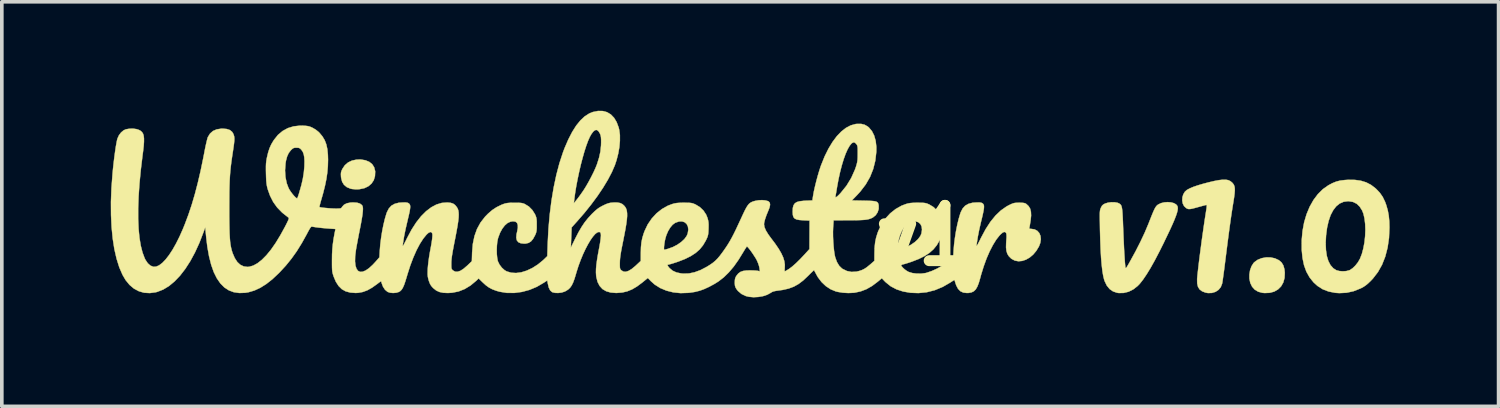
<source format=kicad_pcb>
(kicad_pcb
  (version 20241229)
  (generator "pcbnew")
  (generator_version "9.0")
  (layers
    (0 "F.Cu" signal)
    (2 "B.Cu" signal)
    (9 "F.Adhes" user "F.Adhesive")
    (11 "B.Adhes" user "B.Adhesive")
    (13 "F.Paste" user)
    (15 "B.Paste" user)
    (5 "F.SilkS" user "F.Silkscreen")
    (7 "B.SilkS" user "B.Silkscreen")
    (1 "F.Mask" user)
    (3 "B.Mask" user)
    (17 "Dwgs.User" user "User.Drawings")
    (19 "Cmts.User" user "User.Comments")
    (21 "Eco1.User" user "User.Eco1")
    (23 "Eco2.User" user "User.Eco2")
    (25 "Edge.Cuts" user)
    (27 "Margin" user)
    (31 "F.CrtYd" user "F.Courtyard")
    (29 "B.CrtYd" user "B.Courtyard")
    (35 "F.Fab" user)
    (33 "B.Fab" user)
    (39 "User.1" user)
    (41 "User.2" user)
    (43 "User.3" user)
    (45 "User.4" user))
  (footprint "v1"
    (layer "F.Cu")
    (at 22.388 3.438)
    (property "Reference" "v1" (at 0 0 0) (layer "F.SilkS") (effects (font (size 1.524 1.524) (thickness 0.3))))
    (attr through_hole)
    (fp_poly (pts (xy 9.545 0.6) (xy 9.665 0.625) (xy 9.772 0.675) (xy 9.774 0.676) (xy 9.847 0.738) (xy 9.897 0.82) (xy 9.927 0.925) (xy 9.937 1.02) (xy 9.93 1.164) (xy 9.895 1.29) (xy 9.835 1.396) (xy 9.751 1.48) (xy 9.647 1.54) (xy 9.523 1.574) (xy 9.383 1.58) (xy 9.318 1.574) (xy 9.204 1.543) (xy 9.109 1.486) (xy 9.037 1.405) (xy 8.987 1.302) (xy 8.962 1.181) (xy 8.962 1.07) (xy 8.981 0.952) (xy 9.02 0.844) (xy 9.075 0.756) (xy 9.099 0.731) (xy 9.19 0.665) (xy 9.3 0.621) (xy 9.421 0.599) (xy 9.545 0.6)) (stroke (width 0.01) (type solid)) (fill yes) (layer "F.SilkS"))
    (fp_poly (pts (xy -15.377 -2.075) (xy -15.272 -2.032) (xy -15.191 -1.968) (xy -15.137 -1.883) (xy -15.11 -1.781) (xy -15.108 -1.763) (xy -15.114 -1.637) (xy -15.148 -1.526) (xy -15.21 -1.433) (xy -15.297 -1.359) (xy -15.406 -1.307) (xy -15.536 -1.28) (xy -15.574 -1.277) (xy -15.663 -1.277) (xy -15.743 -1.284) (xy -15.783 -1.292) (xy -15.888 -1.335) (xy -15.965 -1.398) (xy -16.017 -1.482) (xy -16.045 -1.589) (xy -16.049 -1.627) (xy -16.052 -1.695) (xy -16.047 -1.747) (xy -16.03 -1.796) (xy -16.011 -1.837) (xy -15.944 -1.937) (xy -15.854 -2.015) (xy -15.744 -2.067) (xy -15.616 -2.094) (xy -15.504 -2.096) (xy -15.377 -2.075)) (stroke (width 0.01) (type solid)) (fill yes) (layer "F.SilkS"))
    (fp_poly (pts (xy 8.313 -1.54) (xy 8.382 -1.527) (xy 8.439 -1.5) (xy 8.487 -1.461) (xy 8.506 -1.44) (xy 8.532 -1.404) (xy 8.549 -1.363) (xy 8.559 -1.313) (xy 8.561 -1.248) (xy 8.555 -1.165) (xy 8.542 -1.059) (xy 8.521 -0.924) (xy 8.52 -0.919) (xy 8.498 -0.785) (xy 8.477 -0.65) (xy 8.456 -0.509) (xy 8.435 -0.359) (xy 8.412 -0.194) (xy 8.388 -0.012) (xy 8.361 0.192) (xy 8.332 0.422) (xy 8.306 0.627) (xy 8.288 0.771) (xy 8.271 0.908) (xy 8.254 1.032) (xy 8.239 1.141) (xy 8.227 1.228) (xy 8.217 1.291) (xy 8.211 1.322) (xy 8.174 1.417) (xy 8.111 1.493) (xy 8.029 1.547) (xy 7.931 1.577) (xy 7.824 1.581) (xy 7.754 1.568) (xy 7.66 1.532) (xy 7.591 1.48) (xy 7.547 1.409) (xy 7.525 1.315) (xy 7.523 1.196) (xy 7.524 1.181) (xy 7.532 1.092) (xy 7.545 0.975) (xy 7.561 0.835) (xy 7.58 0.676) (xy 7.602 0.504) (xy 7.626 0.323) (xy 7.65 0.139) (xy 7.676 -0.044) (xy 7.701 -0.221) (xy 7.725 -0.386) (xy 7.748 -0.534) (xy 7.768 -0.661) (xy 7.769 -0.67) (xy 7.783 -0.758) (xy 7.788 -0.817) (xy 7.785 -0.844) (xy 7.782 -0.846) (xy 7.759 -0.842) (xy 7.711 -0.83) (xy 7.644 -0.812) (xy 7.565 -0.79) (xy 7.553 -0.787) (xy 7.455 -0.76) (xy 7.383 -0.742) (xy 7.331 -0.733) (xy 7.293 -0.732) (xy 7.263 -0.738) (xy 7.234 -0.752) (xy 7.221 -0.76) (xy 7.164 -0.813) (xy 7.128 -0.885) (xy 7.113 -0.968) (xy 7.118 -1.055) (xy 7.143 -1.138) (xy 7.187 -1.21) (xy 7.242 -1.258) (xy 7.319 -1.3) (xy 7.418 -1.342) (xy 7.54 -1.384) (xy 7.689 -1.428) (xy 7.838 -1.467) (xy 7.994 -1.504) (xy 8.123 -1.528) (xy 8.228 -1.54) (xy 8.313 -1.54)) (stroke (width 0.01) (type solid)) (fill yes) (layer "F.SilkS"))
    (fp_poly (pts (xy 11.866 -1.535) (xy 12.03 -1.512) (xy 12.177 -1.467) (xy 12.31 -1.398) (xy 12.434 -1.303) (xy 12.456 -1.283) (xy 12.555 -1.178) (xy 12.634 -1.064) (xy 12.698 -0.931) (xy 12.732 -0.837) (xy 12.772 -0.696) (xy 12.799 -0.551) (xy 12.814 -0.394) (xy 12.818 -0.223) (xy 12.806 0.063) (xy 12.767 0.33) (xy 12.703 0.576) (xy 12.615 0.8) (xy 12.501 1.003) (xy 12.363 1.182) (xy 12.311 1.237) (xy 12.235 1.311) (xy 12.17 1.365) (xy 12.106 1.409) (xy 12.032 1.449) (xy 12.023 1.453) (xy 11.832 1.529) (xy 11.638 1.572) (xy 11.438 1.582) (xy 11.324 1.574) (xy 11.143 1.538) (xy 10.981 1.476) (xy 10.837 1.384) (xy 10.727 1.284) (xy 10.618 1.147) (xy 10.531 0.991) (xy 10.467 0.815) (xy 10.425 0.616) (xy 10.403 0.391) (xy 10.403 0.381) (xy 10.403 0.207) (xy 11.062 0.207) (xy 11.07 0.395) (xy 11.094 0.56) (xy 11.136 0.699) (xy 11.195 0.812) (xy 11.271 0.898) (xy 11.354 0.951) (xy 11.435 0.974) (xy 11.531 0.982) (xy 11.628 0.976) (xy 11.713 0.954) (xy 11.728 0.948) (xy 11.804 0.897) (xy 11.881 0.823) (xy 11.951 0.734) (xy 12.006 0.639) (xy 12.006 0.639) (xy 12.059 0.504) (xy 12.1 0.35) (xy 12.131 0.184) (xy 12.149 0.013) (xy 12.156 -0.158) (xy 12.15 -0.322) (xy 12.132 -0.472) (xy 12.102 -0.603) (xy 12.066 -0.694) (xy 11.997 -0.802) (xy 11.914 -0.88) (xy 11.816 -0.928) (xy 11.701 -0.947) (xy 11.675 -0.948) (xy 11.556 -0.932) (xy 11.448 -0.885) (xy 11.353 -0.808) (xy 11.27 -0.701) (xy 11.199 -0.566) (xy 11.143 -0.403) (xy 11.1 -0.214) (xy 11.073 -0.005) (xy 11.062 0.207) (xy 10.403 0.207) (xy 10.403 0.121) (xy 10.426 -0.129) (xy 10.47 -0.367) (xy 10.536 -0.589) (xy 10.622 -0.795) (xy 10.726 -0.98) (xy 10.847 -1.142) (xy 10.985 -1.279) (xy 11.135 -1.385) (xy 11.248 -1.445) (xy 11.354 -1.488) (xy 11.464 -1.516) (xy 11.59 -1.531) (xy 11.678 -1.537) (xy 11.866 -1.535)) (stroke (width 0.01) (type solid)) (fill yes) (layer "F.SilkS"))
    (fp_poly (pts (xy 6.801 -0.916) (xy 6.882 -0.895) (xy 6.944 -0.86) (xy 6.976 -0.822) (xy 6.988 -0.789) (xy 6.991 -0.748) (xy 6.985 -0.696) (xy 6.969 -0.631) (xy 6.942 -0.55) (xy 6.904 -0.451) (xy 6.853 -0.331) (xy 6.788 -0.188) (xy 6.709 -0.021) (xy 6.615 0.174) (xy 6.614 0.178) (xy 6.481 0.444) (xy 6.357 0.681) (xy 6.241 0.888) (xy 6.134 1.063) (xy 6.036 1.208) (xy 5.947 1.321) (xy 5.886 1.385) (xy 5.767 1.478) (xy 5.638 1.543) (xy 5.503 1.577) (xy 5.368 1.58) (xy 5.32 1.573) (xy 5.208 1.535) (xy 5.113 1.469) (xy 5.036 1.374) (xy 4.977 1.252) (xy 4.963 1.211) (xy 4.938 1.108) (xy 4.915 0.974) (xy 4.896 0.808) (xy 4.879 0.611) (xy 4.866 0.38) (xy 4.856 0.117) (xy 4.848 -0.17) (xy 4.846 -0.316) (xy 4.844 -0.433) (xy 4.843 -0.524) (xy 4.843 -0.593) (xy 4.845 -0.645) (xy 4.849 -0.684) (xy 4.854 -0.714) (xy 4.862 -0.738) (xy 4.871 -0.762) (xy 4.874 -0.767) (xy 4.903 -0.822) (xy 4.938 -0.856) (xy 4.99 -0.884) (xy 5.069 -0.908) (xy 5.159 -0.92) (xy 5.25 -0.919) (xy 5.328 -0.906) (xy 5.363 -0.892) (xy 5.39 -0.877) (xy 5.411 -0.86) (xy 5.429 -0.837) (xy 5.442 -0.805) (xy 5.453 -0.761) (xy 5.461 -0.7) (xy 5.468 -0.619) (xy 5.474 -0.515) (xy 5.48 -0.384) (xy 5.485 -0.246) (xy 5.493 -0.049) (xy 5.501 0.137) (xy 5.509 0.311) (xy 5.517 0.468) (xy 5.526 0.605) (xy 5.533 0.718) (xy 5.541 0.805) (xy 5.547 0.861) (xy 5.548 0.862) (xy 5.552 0.884) (xy 5.558 0.893) (xy 5.569 0.888) (xy 5.587 0.863) (xy 5.615 0.817) (xy 5.656 0.746) (xy 5.676 0.71) (xy 5.825 0.438) (xy 5.961 0.171) (xy 6.081 -0.084) (xy 6.181 -0.321) (xy 6.188 -0.339) (xy 6.241 -0.474) (xy 6.284 -0.582) (xy 6.319 -0.665) (xy 6.348 -0.728) (xy 6.373 -0.774) (xy 6.396 -0.807) (xy 6.418 -0.832) (xy 6.442 -0.851) (xy 6.449 -0.856) (xy 6.527 -0.894) (xy 6.617 -0.916) (xy 6.711 -0.923) (xy 6.801 -0.916)) (stroke (width 0.01) (type solid)) (fill yes) (layer "F.SilkS"))
    (fp_poly (pts (xy -8.841 -3.431) (xy -8.724 -3.399) (xy -8.62 -3.337) (xy -8.531 -3.245) (xy -8.46 -3.126) (xy -8.405 -2.98) (xy -8.388 -2.91) (xy -8.37 -2.771) (xy -8.37 -2.611) (xy -8.385 -2.437) (xy -8.417 -2.257) (xy -8.463 -2.077) (xy -8.509 -1.939) (xy -8.592 -1.748) (xy -8.701 -1.54) (xy -8.833 -1.321) (xy -8.987 -1.092) (xy -9.161 -0.857) (xy -9.351 -0.62) (xy -9.545 -0.397) (xy -9.699 -0.226) (xy -9.721 0.33) (xy -9.602 0.086) (xy -9.512 -0.089) (xy -9.426 -0.237) (xy -9.339 -0.367) (xy -9.246 -0.483) (xy -9.144 -0.594) (xy -9.136 -0.602) (xy -9.06 -0.675) (xy -8.996 -0.73) (xy -8.934 -0.774) (xy -8.864 -0.813) (xy -8.833 -0.829) (xy -8.755 -0.866) (xy -8.693 -0.889) (xy -8.636 -0.903) (xy -8.571 -0.91) (xy -8.551 -0.911) (xy -8.446 -0.912) (xy -8.365 -0.898) (xy -8.301 -0.868) (xy -8.249 -0.821) (xy -8.218 -0.781) (xy -8.195 -0.736) (xy -8.18 -0.683) (xy -8.172 -0.618) (xy -8.171 -0.539) (xy -8.179 -0.442) (xy -8.194 -0.325) (xy -8.217 -0.184) (xy -8.249 -0.017) (xy -8.284 0.161) (xy -8.314 0.31) (xy -8.337 0.431) (xy -8.353 0.53) (xy -8.364 0.612) (xy -8.37 0.684) (xy -8.372 0.75) (xy -8.372 0.751) (xy -8.372 0.827) (xy -8.37 0.878) (xy -8.364 0.91) (xy -8.352 0.933) (xy -8.333 0.952) (xy -8.326 0.958) (xy -8.271 0.99) (xy -8.208 0.995) (xy -8.135 0.972) (xy -8.05 0.922) (xy -7.952 0.842) (xy -7.919 0.812) (xy -7.795 0.696) (xy -7.794 0.471) (xy -7.791 0.347) (xy -7.157 0.347) (xy -7.155 0.381) (xy -7.15 0.389) (xy -7.127 0.385) (xy -7.082 0.373) (xy -7.043 0.362) (xy -6.911 0.314) (xy -6.789 0.251) (xy -6.682 0.176) (xy -6.594 0.095) (xy -6.532 0.01) (xy -6.503 -0.058) (xy -6.486 -0.163) (xy -6.497 -0.251) (xy -6.532 -0.321) (xy -6.587 -0.369) (xy -6.659 -0.393) (xy -6.746 -0.389) (xy -6.843 -0.355) (xy -6.852 -0.35) (xy -6.919 -0.3) (xy -6.984 -0.223) (xy -7.043 -0.125) (xy -7.091 -0.014) (xy -7.119 0.08) (xy -7.134 0.151) (xy -7.146 0.224) (xy -7.154 0.292) (xy -7.157 0.347) (xy -7.791 0.347) (xy -7.79 0.318) (xy -7.777 0.187) (xy -7.753 0.066) (xy -7.716 -0.057) (xy -7.69 -0.127) (xy -7.604 -0.308) (xy -7.493 -0.471) (xy -7.362 -0.614) (xy -7.213 -0.732) (xy -7.05 -0.824) (xy -6.934 -0.868) (xy -6.872 -0.886) (xy -6.811 -0.897) (xy -6.74 -0.903) (xy -6.649 -0.906) (xy -6.604 -0.906) (xy -6.514 -0.905) (xy -6.448 -0.903) (xy -6.399 -0.897) (xy -6.358 -0.887) (xy -6.316 -0.87) (xy -6.286 -0.857) (xy -6.168 -0.785) (xy -6.069 -0.69) (xy -5.995 -0.578) (xy -5.959 -0.489) (xy -5.942 -0.426) (xy -5.932 -0.368) (xy -5.928 -0.303) (xy -5.929 -0.22) (xy -5.93 -0.185) (xy -5.934 -0.101) (xy -5.94 -0.04) (xy -5.951 0.01) (xy -5.969 0.059) (xy -5.997 0.119) (xy -6.007 0.139) (xy -6.082 0.266) (xy -6.172 0.377) (xy -6.283 0.475) (xy -6.418 0.563) (xy -6.578 0.643) (xy -6.769 0.717) (xy -6.805 0.729) (xy -6.884 0.755) (xy -6.952 0.776) (xy -7.004 0.79) (xy -7.031 0.796) (xy -7.032 0.796) (xy -7.056 0.802) (xy -7.056 0.823) (xy -7.031 0.861) (xy -7.002 0.895) (xy -6.919 0.965) (xy -6.814 1.013) (xy -6.686 1.04) (xy -6.621 1.046) (xy -6.468 1.041) (xy -6.312 1.008) (xy -6.149 0.948) (xy -5.977 0.858) (xy -5.894 0.806) (xy -5.815 0.752) (xy -5.747 0.696) (xy -5.682 0.631) (xy -5.616 0.553) (xy -5.541 0.453) (xy -5.5 0.395) (xy -5.442 0.311) (xy -5.389 0.229) (xy -5.338 0.144) (xy -5.287 0.052) (xy -5.233 -0.052) (xy -5.173 -0.174) (xy -5.106 -0.318) (xy -5.038 -0.464) (xy -4.978 -0.594) (xy -4.929 -0.696) (xy -4.887 -0.775) (xy -4.849 -0.834) (xy -4.813 -0.877) (xy -4.775 -0.907) (xy -4.733 -0.929) (xy -4.683 -0.947) (xy -4.64 -0.958) (xy -4.55 -0.974) (xy -4.457 -0.978) (xy -4.371 -0.971) (xy -4.301 -0.953) (xy -4.273 -0.94) (xy -4.243 -0.904) (xy -4.235 -0.85) (xy -4.25 -0.777) (xy -4.278 -0.703) (xy -4.335 -0.565) (xy -4.374 -0.451) (xy -4.397 -0.362) (xy -4.402 -0.313) (xy -4.39 -0.235) (xy -4.351 -0.143) (xy -4.286 -0.036) (xy -4.217 0.059) (xy -4.096 0.219) (xy -4 0.36) (xy -3.927 0.485) (xy -3.875 0.598) (xy -3.843 0.702) (xy -3.829 0.8) (xy -3.832 0.895) (xy -3.832 0.898) (xy -3.836 0.946) (xy -3.833 0.976) (xy -3.829 0.982) (xy -3.809 0.974) (xy -3.769 0.951) (xy -3.717 0.919) (xy -3.708 0.913) (xy -3.624 0.85) (xy -3.523 0.761) (xy -3.405 0.645) (xy -3.272 0.504) (xy -3.248 0.477) (xy -3.151 0.371) (xy -3.147 -0.415) (xy -3.322 -0.423) (xy -3.429 -0.431) (xy -3.506 -0.446) (xy -3.559 -0.472) (xy -3.591 -0.511) (xy -3.608 -0.569) (xy -3.613 -0.648) (xy -3.613 -0.669) (xy -3.608 -0.764) (xy -3.589 -0.836) (xy -3.553 -0.889) (xy -3.497 -0.925) (xy -3.416 -0.947) (xy -3.307 -0.959) (xy -3.258 -0.962) (xy -3.07 -0.969) (xy -3.056 -1.062) (xy -2.437 -1.062) (xy -2.427 -1.056) (xy -2.408 -1.065) (xy -2.38 -1.086) (xy -2.339 -1.125) (xy -2.294 -1.172) (xy -2.131 -1.374) (xy -2 -1.589) (xy -1.897 -1.82) (xy -1.87 -1.897) (xy -1.85 -1.964) (xy -1.836 -2.023) (xy -1.827 -2.085) (xy -1.823 -2.159) (xy -1.822 -2.255) (xy -1.822 -2.346) (xy -1.823 -2.41) (xy -1.828 -2.453) (xy -1.836 -2.484) (xy -1.849 -2.507) (xy -1.856 -2.518) (xy -1.898 -2.56) (xy -1.939 -2.569) (xy -1.983 -2.546) (xy -1.993 -2.537) (xy -2.046 -2.472) (xy -2.101 -2.376) (xy -2.156 -2.252) (xy -2.209 -2.104) (xy -2.26 -1.936) (xy -2.308 -1.75) (xy -2.352 -1.549) (xy -2.388 -1.355) (xy -2.402 -1.269) (xy -2.415 -1.192) (xy -2.426 -1.131) (xy -2.432 -1.096) (xy -2.432 -1.095) (xy -2.437 -1.062) (xy -3.056 -1.062) (xy -3.049 -1.107) (xy -3.029 -1.218) (xy -2.999 -1.352) (xy -2.963 -1.498) (xy -2.923 -1.646) (xy -2.881 -1.788) (xy -2.84 -1.913) (xy -2.827 -1.947) (xy -2.732 -2.183) (xy -2.627 -2.395) (xy -2.515 -2.58) (xy -2.397 -2.738) (xy -2.273 -2.867) (xy -2.145 -2.967) (xy -2.014 -3.036) (xy -1.88 -3.073) (xy -1.843 -3.077) (xy -1.727 -3.077) (xy -1.631 -3.053) (xy -1.546 -3.004) (xy -1.514 -2.977) (xy -1.431 -2.878) (xy -1.369 -2.755) (xy -1.328 -2.609) (xy -1.309 -2.444) (xy -1.31 -2.311) (xy -1.338 -2.065) (xy -1.396 -1.834) (xy -1.483 -1.616) (xy -1.602 -1.409) (xy -1.753 -1.212) (xy -1.838 -1.119) (xy -1.983 -0.969) (xy -1.653 -0.963) (xy -1.529 -0.96) (xy -1.434 -0.956) (xy -1.365 -0.949) (xy -1.316 -0.938) (xy -1.284 -0.922) (xy -1.264 -0.899) (xy -1.252 -0.867) (xy -1.245 -0.83) (xy -1.245 -0.735) (xy -1.274 -0.643) (xy -1.328 -0.562) (xy -1.402 -0.502) (xy -1.412 -0.496) (xy -1.457 -0.475) (xy -1.505 -0.458) (xy -1.56 -0.445) (xy -1.626 -0.436) (xy -1.708 -0.43) (xy -1.811 -0.426) (xy -1.939 -0.424) (xy -2.06 -0.424) (xy -2.486 -0.423) (xy -2.499 -0.224) (xy -2.503 -0.108) (xy -2.502 0.024) (xy -2.496 0.161) (xy -2.486 0.296) (xy -2.473 0.42) (xy -2.457 0.526) (xy -2.442 0.595) (xy -2.394 0.727) (xy -2.332 0.83) (xy -2.256 0.904) (xy -2.239 0.916) (xy -2.119 0.974) (xy -1.992 0.999) (xy -1.857 0.991) (xy -1.777 0.972) (xy -1.704 0.947) (xy -1.639 0.915) (xy -1.572 0.871) (xy -1.495 0.808) (xy -1.467 0.785) (xy -1.363 0.694) (xy -1.361 0.47) (xy -1.357 0.347) (xy -0.723 0.347) (xy -0.72 0.381) (xy -0.715 0.389) (xy -0.692 0.385) (xy -0.647 0.373) (xy -0.608 0.362) (xy -0.477 0.314) (xy -0.355 0.251) (xy -0.247 0.176) (xy -0.16 0.095) (xy -0.097 0.01) (xy -0.068 -0.058) (xy -0.052 -0.163) (xy -0.062 -0.251) (xy -0.097 -0.321) (xy -0.152 -0.369) (xy -0.225 -0.393) (xy -0.311 -0.389) (xy -0.408 -0.355) (xy -0.418 -0.35) (xy -0.484 -0.3) (xy -0.549 -0.223) (xy -0.608 -0.125) (xy -0.656 -0.014) (xy -0.685 0.08) (xy -0.7 0.151) (xy -0.711 0.224) (xy -0.719 0.292) (xy -0.723 0.347) (xy -1.357 0.347) (xy -1.356 0.314) (xy -1.341 0.179) (xy -1.315 0.054) (xy -1.276 -0.072) (xy -1.255 -0.127) (xy -1.169 -0.308) (xy -1.059 -0.471) (xy -0.927 -0.614) (xy -0.778 -0.732) (xy -0.615 -0.824) (xy -0.5 -0.868) (xy -0.438 -0.886) (xy -0.376 -0.897) (xy -0.305 -0.903) (xy -0.214 -0.906) (xy -0.169 -0.906) (xy -0.079 -0.905) (xy -0.013 -0.903) (xy 0.035 -0.897) (xy 0.077 -0.887) (xy 0.119 -0.87) (xy 0.149 -0.857) (xy 0.267 -0.785) (xy 0.365 -0.69) (xy 0.44 -0.578) (xy 0.476 -0.489) (xy 0.493 -0.426) (xy 0.503 -0.368) (xy 0.507 -0.303) (xy 0.506 -0.22) (xy 0.505 -0.185) (xy 0.5 -0.101) (xy 0.494 -0.04) (xy 0.484 0.01) (xy 0.466 0.059) (xy 0.438 0.119) (xy 0.427 0.139) (xy 0.353 0.266) (xy 0.262 0.377) (xy 0.151 0.475) (xy 0.017 0.563) (xy -0.144 0.643) (xy -0.334 0.717) (xy -0.37 0.729) (xy -0.449 0.755) (xy -0.518 0.776) (xy -0.57 0.79) (xy -0.597 0.796) (xy -0.597 0.796) (xy -0.622 0.804) (xy -0.627 0.813) (xy -0.613 0.843) (xy -0.578 0.884) (xy -0.53 0.928) (xy -0.475 0.968) (xy -0.423 0.998) (xy -0.419 0.999) (xy -0.319 1.03) (xy -0.201 1.045) (xy -0.077 1.046) (xy 0.041 1.031) (xy 0.068 1.025) (xy 0.213 0.976) (xy 0.367 0.906) (xy 0.519 0.819) (xy 0.658 0.723) (xy 0.73 0.664) (xy 0.808 0.594) (xy 0.818 0.408) (xy 0.832 0.238) (xy 0.855 0.058) (xy 0.884 -0.124) (xy 0.919 -0.299) (xy 0.958 -0.461) (xy 0.999 -0.599) (xy 1.015 -0.645) (xy 1.067 -0.747) (xy 1.137 -0.824) (xy 1.229 -0.876) (xy 1.343 -0.906) (xy 1.468 -0.914) (xy 1.536 -0.913) (xy 1.581 -0.906) (xy 1.61 -0.893) (xy 1.628 -0.878) (xy 1.643 -0.857) (xy 1.653 -0.83) (xy 1.655 -0.791) (xy 1.651 -0.737) (xy 1.638 -0.664) (xy 1.618 -0.569) (xy 1.589 -0.446) (xy 1.574 -0.386) (xy 1.525 -0.175) (xy 1.487 0.018) (xy 1.457 0.207) (xy 1.449 0.262) (xy 1.449 0.281) (xy 1.457 0.278) (xy 1.474 0.252) (xy 1.502 0.201) (xy 1.542 0.123) (xy 1.574 0.058) (xy 1.701 -0.179) (xy 1.833 -0.382) (xy 1.973 -0.554) (xy 2.119 -0.693) (xy 2.273 -0.801) (xy 2.335 -0.835) (xy 2.405 -0.869) (xy 2.458 -0.89) (xy 2.506 -0.901) (xy 2.561 -0.905) (xy 2.626 -0.906) (xy 2.703 -0.905) (xy 2.755 -0.899) (xy 2.792 -0.889) (xy 2.821 -0.871) (xy 2.821 -0.871) (xy 2.883 -0.813) (xy 2.925 -0.744) (xy 2.947 -0.659) (xy 2.952 -0.554) (xy 2.939 -0.425) (xy 2.937 -0.412) (xy 2.925 -0.338) (xy 2.915 -0.274) (xy 2.906 -0.229) (xy 2.903 -0.216) (xy 2.902 -0.196) (xy 2.922 -0.188) (xy 2.955 -0.186) (xy 3.048 -0.172) (xy 3.123 -0.132) (xy 3.177 -0.071) (xy 3.21 0.008) (xy 3.22 0.1) (xy 3.204 0.202) (xy 3.168 0.297) (xy 3.095 0.418) (xy 3.009 0.521) (xy 2.913 0.602) (xy 2.81 0.661) (xy 2.706 0.696) (xy 2.603 0.705) (xy 2.505 0.687) (xy 2.416 0.64) (xy 2.395 0.623) (xy 2.337 0.564) (xy 2.297 0.498) (xy 2.273 0.42) (xy 2.262 0.324) (xy 2.265 0.204) (xy 2.269 0.14) (xy 2.276 0.043) (xy 2.275 -0.025) (xy 2.266 -0.069) (xy 2.248 -0.093) (xy 2.219 -0.101) (xy 2.211 -0.102) (xy 2.173 -0.087) (xy 2.121 -0.044) (xy 2.084 -0.007) (xy 1.991 0.111) (xy 1.9 0.259) (xy 1.81 0.433) (xy 1.725 0.629) (xy 1.647 0.844) (xy 1.576 1.073) (xy 1.55 1.17) (xy 1.511 1.303) (xy 1.471 1.405) (xy 1.427 1.48) (xy 1.375 1.531) (xy 1.311 1.562) (xy 1.234 1.577) (xy 1.186 1.579) (xy 1.087 1.568) (xy 1.005 1.53) (xy 0.941 1.464) (xy 0.891 1.37) (xy 0.87 1.309) (xy 0.855 1.26) (xy 0.843 1.227) (xy 0.839 1.219) (xy 0.823 1.228) (xy 0.787 1.251) (xy 0.738 1.283) (xy 0.733 1.287) (xy 0.52 1.41) (xy 0.301 1.501) (xy 0.078 1.558) (xy -0.151 1.581) (xy -0.367 1.573) (xy -0.571 1.538) (xy -0.754 1.478) (xy -0.915 1.393) (xy -1.053 1.282) (xy -1.081 1.254) (xy -1.158 1.173) (xy -1.271 1.268) (xy -1.428 1.386) (xy -1.583 1.474) (xy -1.74 1.534) (xy -1.905 1.57) (xy -1.935 1.573) (xy -2.08 1.58) (xy -2.233 1.571) (xy -2.378 1.547) (xy -2.428 1.534) (xy -2.568 1.476) (xy -2.7 1.389) (xy -2.818 1.277) (xy -2.918 1.145) (xy -2.956 1.078) (xy -2.986 1.021) (xy -3.01 0.977) (xy -3.023 0.953) (xy -3.024 0.95) (xy -3.037 0.959) (xy -3.069 0.989) (xy -3.116 1.034) (xy -3.172 1.09) (xy -3.187 1.105) (xy -3.321 1.232) (xy -3.45 1.33) (xy -3.582 1.404) (xy -3.724 1.457) (xy -3.885 1.494) (xy -3.992 1.509) (xy -4.075 1.521) (xy -4.134 1.533) (xy -4.178 1.55) (xy -4.218 1.574) (xy -4.222 1.577) (xy -4.316 1.628) (xy -4.431 1.666) (xy -4.559 1.688) (xy -4.69 1.695) (xy -4.814 1.684) (xy -4.905 1.662) (xy -5.023 1.605) (xy -5.119 1.523) (xy -5.161 1.469) (xy -5.188 1.422) (xy -5.202 1.376) (xy -5.207 1.316) (xy -5.207 1.287) (xy -5.204 1.218) (xy -5.194 1.169) (xy -5.173 1.124) (xy -5.16 1.104) (xy -5.11 1.042) (xy -5.051 0.999) (xy -4.977 0.972) (xy -4.881 0.959) (xy -4.801 0.957) (xy -4.721 0.958) (xy -4.648 0.961) (xy -4.593 0.966) (xy -4.574 0.969) (xy -4.516 0.982) (xy -4.527 0.893) (xy -4.54 0.833) (xy -4.565 0.759) (xy -4.596 0.686) (xy -4.597 0.684) (xy -4.626 0.63) (xy -4.666 0.567) (xy -4.711 0.498) (xy -4.757 0.432) (xy -4.802 0.373) (xy -4.839 0.328) (xy -4.865 0.302) (xy -4.873 0.298) (xy -4.886 0.313) (xy -4.911 0.351) (xy -4.945 0.405) (xy -4.97 0.447) (xy -5.104 0.665) (xy -5.237 0.853) (xy -5.372 1.012) (xy -5.509 1.146) (xy -5.653 1.258) (xy -5.766 1.329) (xy -5.916 1.41) (xy -6.049 1.471) (xy -6.173 1.516) (xy -6.299 1.548) (xy -6.433 1.569) (xy -6.491 1.575) (xy -6.701 1.582) (xy -6.901 1.561) (xy -7.089 1.514) (xy -7.26 1.442) (xy -7.411 1.347) (xy -7.519 1.251) (xy -7.601 1.166) (xy -7.758 1.294) (xy -7.901 1.4) (xy -8.035 1.479) (xy -8.167 1.533) (xy -8.303 1.565) (xy -8.45 1.577) (xy -8.475 1.578) (xy -8.623 1.566) (xy -8.748 1.53) (xy -8.85 1.47) (xy -8.928 1.384) (xy -8.985 1.274) (xy -9.019 1.137) (xy -9.024 1.096) (xy -9.029 1.011) (xy -9.027 0.914) (xy -9.017 0.802) (xy -8.999 0.669) (xy -8.973 0.511) (xy -8.958 0.432) (xy -8.93 0.282) (xy -8.91 0.163) (xy -8.898 0.07) (xy -8.892 0.001) (xy -8.895 -0.048) (xy -8.904 -0.079) (xy -8.921 -0.096) (xy -8.945 -0.102) (xy -8.949 -0.102) (xy -8.998 -0.086) (xy -9.054 -0.041) (xy -9.116 0.031) (xy -9.182 0.125) (xy -9.25 0.24) (xy -9.319 0.371) (xy -9.387 0.516) (xy -9.451 0.671) (xy -9.511 0.833) (xy -9.564 1) (xy -9.577 1.045) (xy -9.618 1.181) (xy -9.657 1.288) (xy -9.698 1.372) (xy -9.743 1.435) (xy -9.795 1.484) (xy -9.857 1.523) (xy -9.894 1.541) (xy -9.976 1.567) (xy -10.066 1.578) (xy -10.153 1.576) (xy -10.225 1.559) (xy -10.238 1.553) (xy -10.29 1.507) (xy -10.328 1.43) (xy -10.354 1.322) (xy -10.355 1.316) (xy -10.363 1.269) (xy -10.37 1.241) (xy -10.372 1.236) (xy -10.387 1.245) (xy -10.423 1.268) (xy -10.467 1.297) (xy -10.659 1.409) (xy -10.86 1.493) (xy -11.067 1.549) (xy -11.276 1.577) (xy -11.481 1.576) (xy -11.68 1.544) (xy -11.778 1.516) (xy -11.886 1.475) (xy -11.976 1.427) (xy -12.061 1.366) (xy -12.152 1.283) (xy -12.154 1.281) (xy -12.259 1.178) (xy -12.323 1.239) (xy -12.481 1.371) (xy -12.644 1.47) (xy -12.814 1.537) (xy -12.993 1.572) (xy -13.107 1.579) (xy -13.234 1.573) (xy -13.338 1.551) (xy -13.426 1.511) (xy -13.504 1.449) (xy -13.515 1.439) (xy -13.564 1.384) (xy -13.598 1.328) (xy -13.626 1.257) (xy -13.633 1.236) (xy -13.649 1.176) (xy -13.659 1.123) (xy -13.664 1.065) (xy -13.663 0.992) (xy -13.661 0.917) (xy -13.653 0.823) (xy -13.64 0.708) (xy -13.623 0.586) (xy -13.603 0.467) (xy -13.6 0.449) (xy -13.573 0.304) (xy -13.553 0.189) (xy -13.54 0.099) (xy -13.533 0.031) (xy -13.531 -0.019) (xy -13.535 -0.054) (xy -13.536 -0.058) (xy -13.557 -0.094) (xy -13.592 -0.1) (xy -13.639 -0.078) (xy -13.693 -0.03) (xy -13.786 0.084) (xy -13.879 0.229) (xy -13.97 0.402) (xy -14.058 0.601) (xy -14.142 0.823) (xy -14.22 1.066) (xy -14.24 1.135) (xy -14.279 1.262) (xy -14.313 1.36) (xy -14.346 1.434) (xy -14.379 1.487) (xy -14.415 1.524) (xy -14.454 1.549) (xy -14.529 1.572) (xy -14.615 1.579) (xy -14.699 1.571) (xy -14.766 1.548) (xy -14.768 1.547) (xy -14.837 1.489) (xy -14.892 1.406) (xy -14.921 1.331) (xy -14.935 1.287) (xy -14.944 1.26) (xy -14.945 1.256) (xy -14.959 1.263) (xy -14.994 1.286) (xy -15.041 1.322) (xy -15.057 1.334) (xy -15.196 1.433) (xy -15.325 1.505) (xy -15.45 1.551) (xy -15.575 1.574) (xy -15.646 1.578) (xy -15.794 1.567) (xy -15.92 1.533) (xy -16.027 1.473) (xy -16.116 1.385) (xy -16.191 1.268) (xy -16.251 1.126) (xy -16.267 1.077) (xy -16.279 1.035) (xy -16.288 0.992) (xy -16.293 0.943) (xy -16.296 0.881) (xy -16.297 0.799) (xy -16.297 0.691) (xy -16.297 0.669) (xy -16.295 0.511) (xy -16.287 0.37) (xy -16.274 0.235) (xy -16.254 0.094) (xy -16.226 -0.064) (xy -16.212 -0.13) (xy -16.202 -0.183) (xy -16.369 -0.194) (xy -16.466 -0.202) (xy -16.568 -0.211) (xy -16.666 -0.222) (xy -16.752 -0.233) (xy -16.817 -0.243) (xy -16.842 -0.248) (xy -16.858 -0.248) (xy -16.875 -0.238) (xy -16.896 -0.212) (xy -16.923 -0.168) (xy -16.961 -0.1) (xy -16.991 -0.042) (xy -17.13 0.208) (xy -17.269 0.432) (xy -17.414 0.635) (xy -17.569 0.826) (xy -17.739 1.01) (xy -17.763 1.034) (xy -17.938 1.199) (xy -18.107 1.332) (xy -18.271 1.435) (xy -18.433 1.51) (xy -18.596 1.558) (xy -18.685 1.573) (xy -18.849 1.579) (xy -19 1.557) (xy -19.137 1.506) (xy -19.26 1.426) (xy -19.37 1.315) (xy -19.467 1.175) (xy -19.552 1.004) (xy -19.623 0.803) (xy -19.682 0.57) (xy -19.729 0.307) (xy -19.759 0.059) (xy -19.787 -0.229) (xy -19.836 -0.093) (xy -19.948 0.197) (xy -20.07 0.463) (xy -20.2 0.703) (xy -20.338 0.917) (xy -20.482 1.103) (xy -20.632 1.26) (xy -20.786 1.388) (xy -20.945 1.484) (xy -21.106 1.547) (xy -21.15 1.559) (xy -21.314 1.581) (xy -21.469 1.572) (xy -21.615 1.53) (xy -21.75 1.458) (xy -21.872 1.355) (xy -21.98 1.223) (xy -22.064 1.079) (xy -22.154 0.872) (xy -22.228 0.636) (xy -22.289 0.372) (xy -22.334 0.082) (xy -22.365 -0.233) (xy -22.381 -0.571) (xy -22.383 -0.93) (xy -22.369 -1.31) (xy -22.339 -1.708) (xy -22.326 -1.846) (xy -22.308 -2.01) (xy -22.289 -2.167) (xy -22.269 -2.314) (xy -22.25 -2.443) (xy -22.231 -2.552) (xy -22.214 -2.636) (xy -22.203 -2.675) (xy -22.163 -2.763) (xy -22.104 -2.841) (xy -22.034 -2.899) (xy -21.971 -2.928) (xy -21.873 -2.944) (xy -21.77 -2.946) (xy -21.674 -2.932) (xy -21.606 -2.908) (xy -21.56 -2.881) (xy -21.525 -2.847) (xy -21.499 -2.805) (xy -21.482 -2.749) (xy -21.474 -2.677) (xy -21.474 -2.584) (xy -21.482 -2.468) (xy -21.498 -2.326) (xy -21.514 -2.205) (xy -21.562 -1.807) (xy -21.598 -1.433) (xy -21.622 -1.083) (xy -21.634 -0.757) (xy -21.634 -0.458) (xy -21.622 -0.184) (xy -21.598 0.061) (xy -21.562 0.278) (xy -21.514 0.465) (xy -21.455 0.622) (xy -21.433 0.666) (xy -21.369 0.761) (xy -21.297 0.825) (xy -21.217 0.857) (xy -21.213 0.858) (xy -21.138 0.853) (xy -21.056 0.817) (xy -20.969 0.751) (xy -20.878 0.657) (xy -20.784 0.536) (xy -20.688 0.39) (xy -20.592 0.22) (xy -20.496 0.029) (xy -20.402 -0.183) (xy -20.349 -0.313) (xy -20.249 -0.58) (xy -20.157 -0.856) (xy -20.072 -1.145) (xy -19.992 -1.452) (xy -19.915 -1.781) (xy -19.841 -2.139) (xy -19.813 -2.283) (xy -19.792 -2.394) (xy -19.77 -2.498) (xy -19.749 -2.589) (xy -19.731 -2.661) (xy -19.717 -2.707) (xy -19.714 -2.714) (xy -19.655 -2.81) (xy -19.574 -2.881) (xy -19.471 -2.926) (xy -19.346 -2.945) (xy -19.305 -2.946) (xy -19.194 -2.936) (xy -19.108 -2.907) (xy -19.047 -2.857) (xy -19.016 -2.807) (xy -19 -2.766) (xy -18.989 -2.724) (xy -18.985 -2.675) (xy -18.987 -2.613) (xy -18.995 -2.534) (xy -19.009 -2.43) (xy -19.023 -2.335) (xy -19.047 -2.178) (xy -19.067 -2.036) (xy -19.084 -1.903) (xy -19.097 -1.776) (xy -19.107 -1.647) (xy -19.115 -1.512) (xy -19.12 -1.366) (xy -19.124 -1.203) (xy -19.125 -1.019) (xy -19.126 -0.807) (xy -19.126 -0.745) (xy -19.126 -0.529) (xy -19.124 -0.343) (xy -19.121 -0.184) (xy -19.117 -0.048) (xy -19.11 0.067) (xy -19.102 0.165) (xy -19.091 0.25) (xy -19.077 0.325) (xy -19.061 0.393) (xy -19.041 0.458) (xy -19.035 0.478) (xy -18.975 0.617) (xy -18.904 0.726) (xy -18.822 0.802) (xy -18.728 0.847) (xy -18.623 0.861) (xy -18.577 0.857) (xy -18.465 0.825) (xy -18.349 0.761) (xy -18.228 0.666) (xy -18.103 0.54) (xy -17.976 0.385) (xy -17.848 0.201) (xy -17.719 -0.011) (xy -17.597 -0.233) (xy -17.55 -0.324) (xy -17.518 -0.39) (xy -17.497 -0.436) (xy -17.487 -0.466) (xy -17.487 -0.484) (xy -17.494 -0.496) (xy -17.502 -0.502) (xy -17.669 -0.634) (xy -17.806 -0.775) (xy -17.916 -0.928) (xy -18.002 -1.098) (xy -18.061 -1.262) (xy -18.079 -1.325) (xy -18.091 -1.382) (xy -18.1 -1.442) (xy -18.107 -1.514) (xy -18.111 -1.604) (xy -18.114 -1.702) (xy -18.116 -1.798) (xy -17.59 -1.798) (xy -17.579 -1.613) (xy -17.543 -1.441) (xy -17.494 -1.312) (xy -17.465 -1.258) (xy -17.425 -1.199) (xy -17.381 -1.141) (xy -17.337 -1.09) (xy -17.297 -1.05) (xy -17.268 -1.029) (xy -17.254 -1.028) (xy -17.244 -1.049) (xy -17.227 -1.095) (xy -17.207 -1.157) (xy -17.196 -1.194) (xy -17.14 -1.392) (xy -17.099 -1.57) (xy -17.073 -1.734) (xy -17.058 -1.892) (xy -17.057 -1.915) (xy -17.054 -2.049) (xy -17.06 -2.155) (xy -17.075 -2.239) (xy -17.1 -2.306) (xy -17.137 -2.36) (xy -17.14 -2.364) (xy -17.175 -2.399) (xy -17.209 -2.416) (xy -17.257 -2.421) (xy -17.277 -2.421) (xy -17.328 -2.419) (xy -17.364 -2.408) (xy -17.398 -2.382) (xy -17.432 -2.349) (xy -17.49 -2.273) (xy -17.533 -2.18) (xy -17.564 -2.064) (xy -17.576 -1.99) (xy -17.59 -1.798) (xy -18.116 -1.798) (xy -18.116 -1.818) (xy -18.116 -1.909) (xy -18.113 -1.983) (xy -18.106 -2.049) (xy -18.095 -2.115) (xy -18.088 -2.151) (xy -18.055 -2.29) (xy -18.017 -2.406) (xy -17.97 -2.511) (xy -17.909 -2.614) (xy -17.895 -2.635) (xy -17.785 -2.773) (xy -17.657 -2.881) (xy -17.513 -2.96) (xy -17.353 -3.009) (xy -17.176 -3.029) (xy -17.101 -3.028) (xy -17.018 -3.023) (xy -16.957 -3.015) (xy -16.905 -3.001) (xy -16.849 -2.977) (xy -16.829 -2.967) (xy -16.748 -2.92) (xy -16.673 -2.861) (xy -16.643 -2.832) (xy -16.561 -2.733) (xy -16.498 -2.628) (xy -16.454 -2.513) (xy -16.425 -2.381) (xy -16.41 -2.226) (xy -16.406 -2.091) (xy -16.411 -1.912) (xy -16.426 -1.737) (xy -16.452 -1.559) (xy -16.491 -1.37) (xy -16.543 -1.163) (xy -16.589 -1.003) (xy -16.612 -0.924) (xy -16.629 -0.858) (xy -16.64 -0.811) (xy -16.643 -0.789) (xy -16.643 -0.788) (xy -16.621 -0.781) (xy -16.573 -0.773) (xy -16.505 -0.765) (xy -16.426 -0.758) (xy -16.343 -0.751) (xy -16.263 -0.747) (xy -16.193 -0.745) (xy -16.188 -0.745) (xy -16.118 -0.746) (xy -16.074 -0.749) (xy -16.047 -0.757) (xy -16.031 -0.772) (xy -16.015 -0.797) (xy -15.964 -0.852) (xy -15.886 -0.891) (xy -15.783 -0.911) (xy -15.717 -0.914) (xy -15.608 -0.907) (xy -15.528 -0.883) (xy -15.474 -0.842) (xy -15.46 -0.821) (xy -15.449 -0.787) (xy -15.445 -0.737) (xy -15.449 -0.666) (xy -15.459 -0.573) (xy -15.478 -0.455) (xy -15.504 -0.31) (xy -15.536 -0.148) (xy -15.56 -0.028) (xy -15.583 0.093) (xy -15.604 0.205) (xy -15.622 0.302) (xy -15.635 0.375) (xy -15.637 0.389) (xy -15.659 0.562) (xy -15.663 0.707) (xy -15.651 0.823) (xy -15.623 0.911) (xy -15.581 0.969) (xy -15.525 0.997) (xy -15.455 0.994) (xy -15.373 0.961) (xy -15.279 0.897) (xy -15.174 0.801) (xy -15.097 0.718) (xy -14.991 0.597) (xy -14.981 0.41) (xy -14.967 0.239) (xy -14.944 0.058) (xy -14.915 -0.124) (xy -14.88 -0.3) (xy -14.841 -0.462) (xy -14.8 -0.6) (xy -14.784 -0.645) (xy -14.732 -0.747) (xy -14.662 -0.824) (xy -14.57 -0.876) (xy -14.456 -0.906) (xy -14.331 -0.914) (xy -14.263 -0.913) (xy -14.218 -0.906) (xy -14.189 -0.893) (xy -14.171 -0.878) (xy -14.155 -0.857) (xy -14.146 -0.83) (xy -14.143 -0.791) (xy -14.148 -0.737) (xy -14.16 -0.664) (xy -14.181 -0.569) (xy -14.21 -0.446) (xy -14.224 -0.386) (xy -14.273 -0.175) (xy -14.312 0.018) (xy -14.342 0.207) (xy -14.349 0.262) (xy -14.35 0.281) (xy -14.342 0.278) (xy -14.324 0.252) (xy -14.297 0.201) (xy -14.257 0.123) (xy -14.225 0.058) (xy -14.104 -0.168) (xy -13.977 -0.365) (xy -13.844 -0.534) (xy -13.706 -0.672) (xy -13.564 -0.78) (xy -13.42 -0.857) (xy -13.273 -0.901) (xy -13.125 -0.912) (xy -13.12 -0.912) (xy -13.029 -0.903) (xy -12.962 -0.882) (xy -12.909 -0.844) (xy -12.861 -0.786) (xy -12.858 -0.781) (xy -12.836 -0.743) (xy -12.82 -0.698) (xy -12.811 -0.644) (xy -12.808 -0.578) (xy -12.811 -0.497) (xy -12.822 -0.397) (xy -12.84 -0.276) (xy -12.866 -0.13) (xy -12.899 0.044) (xy -12.924 0.169) (xy -12.954 0.324) (xy -12.977 0.451) (xy -12.994 0.554) (xy -13.005 0.639) (xy -13.011 0.712) (xy -13.012 0.759) (xy -13.012 0.834) (xy -13.01 0.882) (xy -13.003 0.914) (xy -12.99 0.935) (xy -12.968 0.956) (xy -12.966 0.958) (xy -12.907 0.991) (xy -12.839 0.994) (xy -12.761 0.968) (xy -12.673 0.911) (xy -12.572 0.824) (xy -12.566 0.819) (xy -12.446 0.703) (xy -12.439 0.466) (xy -12.419 0.228) (xy -12.374 0.012) (xy -12.304 -0.183) (xy -12.207 -0.36) (xy -12.082 -0.521) (xy -12.003 -0.602) (xy -11.885 -0.704) (xy -11.767 -0.782) (xy -11.637 -0.846) (xy -11.607 -0.858) (xy -11.553 -0.878) (xy -11.505 -0.891) (xy -11.454 -0.899) (xy -11.39 -0.904) (xy -11.304 -0.905) (xy -11.278 -0.905) (xy -11.184 -0.905) (xy -11.116 -0.902) (xy -11.066 -0.896) (xy -11.026 -0.885) (xy -10.987 -0.87) (xy -10.987 -0.869) (xy -10.876 -0.801) (xy -10.782 -0.706) (xy -10.711 -0.594) (xy -10.708 -0.588) (xy -10.686 -0.538) (xy -10.672 -0.494) (xy -10.664 -0.446) (xy -10.66 -0.385) (xy -10.66 -0.301) (xy -10.66 -0.296) (xy -10.66 -0.211) (xy -10.664 -0.149) (xy -10.672 -0.101) (xy -10.685 -0.058) (xy -10.707 -0.009) (xy -10.707 -0.009) (xy -10.761 0.09) (xy -10.818 0.158) (xy -10.883 0.199) (xy -10.962 0.218) (xy -11.005 0.22) (xy -11.098 0.21) (xy -11.165 0.181) (xy -11.207 0.13) (xy -11.223 0.057) (xy -11.216 -0.039) (xy -11.201 -0.102) (xy -11.18 -0.211) (xy -11.181 -0.295) (xy -11.204 -0.354) (xy -11.25 -0.387) (xy -11.318 -0.395) (xy -11.384 -0.384) (xy -11.463 -0.348) (xy -11.539 -0.282) (xy -11.609 -0.191) (xy -11.67 -0.079) (xy -11.719 0.05) (xy -11.73 0.088) (xy -11.747 0.175) (xy -11.757 0.28) (xy -11.761 0.394) (xy -11.759 0.507) (xy -11.749 0.609) (xy -11.734 0.691) (xy -11.728 0.71) (xy -11.684 0.799) (xy -11.621 0.882) (xy -11.546 0.95) (xy -11.488 0.984) (xy -11.364 1.021) (xy -11.228 1.029) (xy -11.084 1.01) (xy -10.934 0.963) (xy -10.781 0.891) (xy -10.63 0.795) (xy -10.484 0.676) (xy -10.446 0.64) (xy -10.369 0.565) (xy -10.357 0.202) (xy -10.336 -0.198) (xy -10.301 -0.589) (xy -10.263 -0.889) (xy -9.639 -0.889) (xy -9.551 -0.999) (xy -9.502 -1.063) (xy -9.444 -1.143) (xy -9.387 -1.225) (xy -9.362 -1.262) (xy -9.298 -1.365) (xy -9.229 -1.486) (xy -9.16 -1.615) (xy -9.095 -1.745) (xy -9.041 -1.864) (xy -9.001 -1.964) (xy -8.943 -2.148) (xy -8.906 -2.318) (xy -8.889 -2.485) (xy -8.887 -2.559) (xy -8.887 -2.645) (xy -8.891 -2.706) (xy -8.898 -2.753) (xy -8.912 -2.793) (xy -8.926 -2.823) (xy -8.966 -2.884) (xy -9.009 -2.911) (xy -9.056 -2.904) (xy -9.105 -2.864) (xy -9.159 -2.79) (xy -9.199 -2.718) (xy -9.246 -2.612) (xy -9.296 -2.477) (xy -9.347 -2.319) (xy -9.397 -2.142) (xy -9.447 -1.952) (xy -9.493 -1.753) (xy -9.536 -1.551) (xy -9.574 -1.351) (xy -9.605 -1.158) (xy -9.627 -0.991) (xy -9.639 -0.889) (xy -10.263 -0.889) (xy -10.253 -0.968) (xy -10.192 -1.332) (xy -10.119 -1.676) (xy -10.034 -1.997) (xy -9.938 -2.29) (xy -9.895 -2.405) (xy -9.791 -2.646) (xy -9.684 -2.854) (xy -9.573 -3.03) (xy -9.457 -3.173) (xy -9.338 -3.284) (xy -9.213 -3.364) (xy -9.114 -3.404) (xy -8.972 -3.433) (xy -8.841 -3.431)) (stroke (width 0.01) (type solid)) (fill yes) (layer "F.SilkS")))
  (gr_rect
    (start -3 -3)
    (end 38.211 8.138)
    (stroke (width 0.1) (type default))
    (fill no)
    (layer "Edge.Cuts")))
</source>
